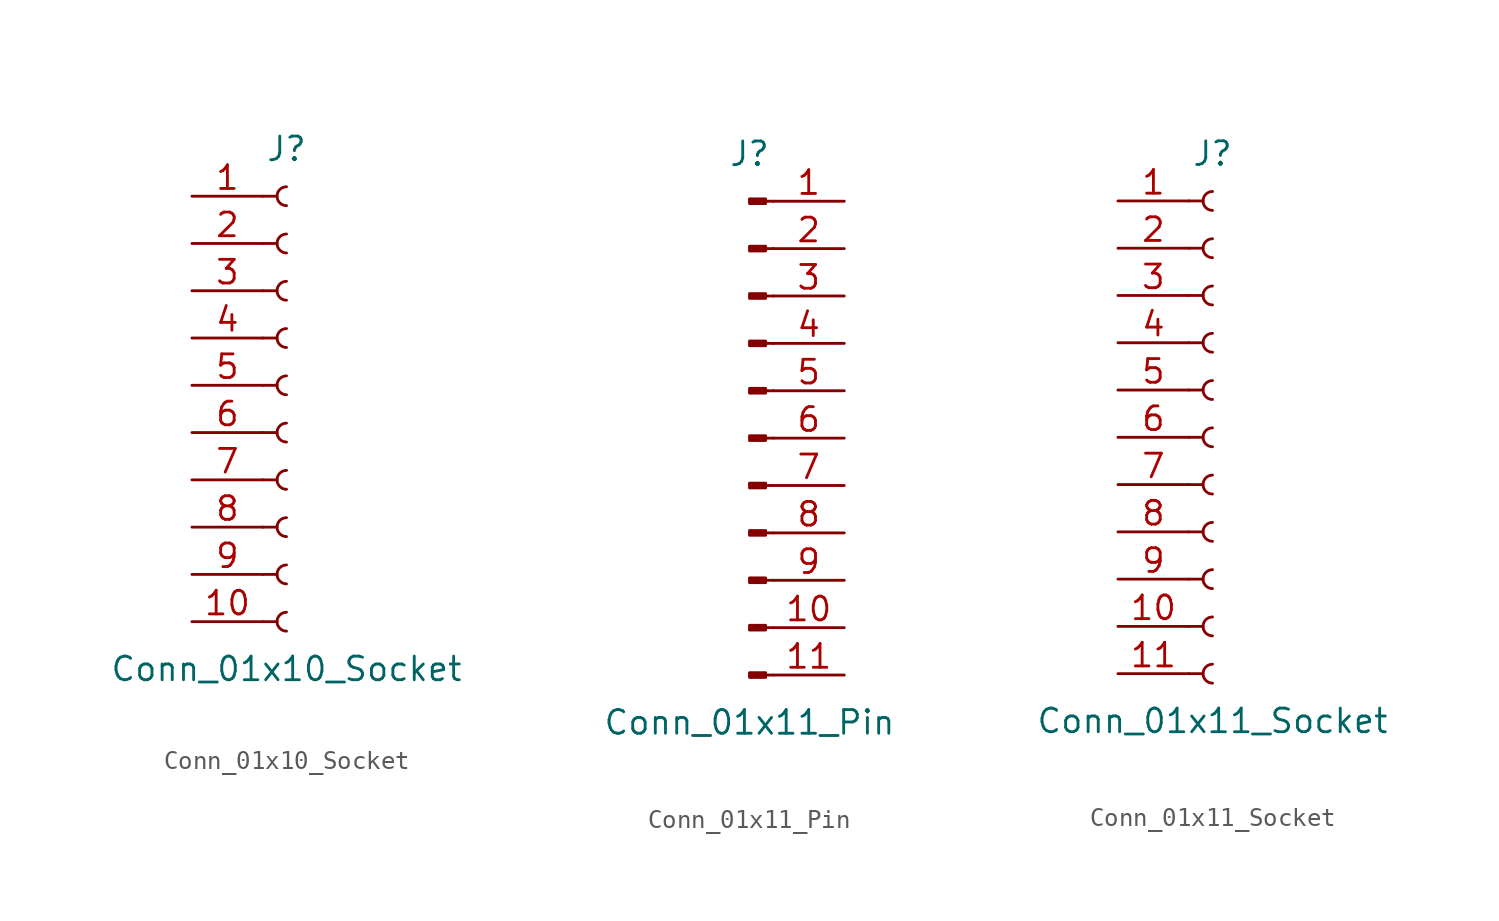
<source format=kicad_sym>
(kicad_symbol_lib
  (version 20241209)
  (generator "kicad_symbol_editor")
  (generator_version "9.0")
  (symbol "Conn_01x10_Socket"
    (pin_names
      (offset 1.016)
      (hide yes))
    (property "Reference" "J"
      (at 0 12.7 0)
      (effects (font (size 1.27 1.27))))
    (property "Value" "Conn_01x10_Socket"
      (at 0 -15.24 0)
      (effects (font (size 1.27 1.27))))
    (property "ki_locked" ""
      (at 0 0 0)
      (effects (font (size 1.27 1.27))))
    (symbol "Conn_01x10_Socket_1_1"
      (polyline (pts (xy -1.27 10.16) (xy -0.508 10.16)) (stroke (width 0.152) (type default)) (fill (type none)))
      (polyline (pts (xy -1.27 7.62) (xy -0.508 7.62)) (stroke (width 0.152) (type default)) (fill (type none)))
      (polyline (pts (xy -1.27 5.08) (xy -0.508 5.08)) (stroke (width 0.152) (type default)) (fill (type none)))
      (polyline (pts (xy -1.27 2.54) (xy -0.508 2.54)) (stroke (width 0.152) (type default)) (fill (type none)))
      (polyline (pts (xy -1.27 0) (xy -0.508 0)) (stroke (width 0.152) (type default)) (fill (type none)))
      (polyline (pts (xy -1.27 -2.54) (xy -0.508 -2.54)) (stroke (width 0.152) (type default)) (fill (type none)))
      (polyline (pts (xy -1.27 -5.08) (xy -0.508 -5.08)) (stroke (width 0.152) (type default)) (fill (type none)))
      (polyline (pts (xy -1.27 -7.62) (xy -0.508 -7.62)) (stroke (width 0.152) (type default)) (fill (type none)))
      (polyline (pts (xy -1.27 -10.16) (xy -0.508 -10.16)) (stroke (width 0.152) (type default)) (fill (type none)))
      (polyline (pts (xy -1.27 -12.7) (xy -0.508 -12.7)) (stroke (width 0.152) (type default)) (fill (type none)))
      (arc (start 0 9.652) (mid -0.5058 10.16) (end 0 10.668) (stroke (width 0.1524) (type default)) (fill (type none)))
      (arc (start 0 7.112) (mid -0.5058 7.62) (end 0 8.128) (stroke (width 0.1524) (type default)) (fill (type none)))
      (arc (start 0 4.572) (mid -0.5058 5.08) (end 0 5.588) (stroke (width 0.1524) (type default)) (fill (type none)))
      (arc (start 0 2.032) (mid -0.5058 2.54) (end 0 3.048) (stroke (width 0.1524) (type default)) (fill (type none)))
      (arc (start 0 -0.508) (mid -0.5058 0) (end 0 0.508) (stroke (width 0.1524) (type default)) (fill (type none)))
      (arc (start 0 -3.048) (mid -0.5058 -2.54) (end 0 -2.032) (stroke (width 0.1524) (type default)) (fill (type none)))
      (arc (start 0 -5.588) (mid -0.5058 -5.08) (end 0 -4.572) (stroke (width 0.1524) (type default)) (fill (type none)))
      (arc (start 0 -8.128) (mid -0.5058 -7.62) (end 0 -7.112) (stroke (width 0.1524) (type default)) (fill (type none)))
      (arc (start 0 -10.668) (mid -0.5058 -10.16) (end 0 -9.652) (stroke (width 0.1524) (type default)) (fill (type none)))
      (arc (start 0 -13.208) (mid -0.5058 -12.7) (end 0 -12.192) (stroke (width 0.1524) (type default)) (fill (type none)))
      (pin passive line (at -5.08 10.16 0) (length 3.81) (name "Pin_1" (effects (font (size 1.27 1.27)))) (number "1" (effects (font (size 1.27 1.27)))))
      (pin passive line (at -5.08 7.62 0) (length 3.81) (name "Pin_2" (effects (font (size 1.27 1.27)))) (number "2" (effects (font (size 1.27 1.27)))))
      (pin passive line (at -5.08 5.08 0) (length 3.81) (name "Pin_3" (effects (font (size 1.27 1.27)))) (number "3" (effects (font (size 1.27 1.27)))))
      (pin passive line (at -5.08 2.54 0) (length 3.81) (name "Pin_4" (effects (font (size 1.27 1.27)))) (number "4" (effects (font (size 1.27 1.27)))))
      (pin passive line (at -5.08 0 0) (length 3.81) (name "Pin_5" (effects (font (size 1.27 1.27)))) (number "5" (effects (font (size 1.27 1.27)))))
      (pin passive line (at -5.08 -2.54 0) (length 3.81) (name "Pin_6" (effects (font (size 1.27 1.27)))) (number "6" (effects (font (size 1.27 1.27)))))
      (pin passive line (at -5.08 -5.08 0) (length 3.81) (name "Pin_7" (effects (font (size 1.27 1.27)))) (number "7" (effects (font (size 1.27 1.27)))))
      (pin passive line (at -5.08 -7.62 0) (length 3.81) (name "Pin_8" (effects (font (size 1.27 1.27)))) (number "8" (effects (font (size 1.27 1.27)))))
      (pin passive line (at -5.08 -10.16 0) (length 3.81) (name "Pin_9" (effects (font (size 1.27 1.27)))) (number "9" (effects (font (size 1.27 1.27)))))
      (pin passive line (at -5.08 -12.7 0) (length 3.81) (name "Pin_10" (effects (font (size 1.27 1.27)))) (number "10" (effects (font (size 1.27 1.27)))))))
  (symbol "Conn_01x11_Pin"
    (pin_names
      (offset 1.016)
      (hide yes))
    (property "Reference" "J"
      (at 0 15.24 0)
      (effects (font (size 1.27 1.27))))
    (property "Value" "Conn_01x11_Pin"
      (at 0 -15.24 0)
      (effects (font (size 1.27 1.27))))
    (property "ki_locked" ""
      (at 0 0 0)
      (effects (font (size 1.27 1.27))))
    (symbol "Conn_01x11_Pin_1_1"
      (rectangle (start 0.864 12.827) (end 0 12.573) (stroke (width 0.152) (type default)) (fill (type outline)))
      (rectangle (start 0.864 10.287) (end 0 10.033) (stroke (width 0.152) (type default)) (fill (type outline)))
      (rectangle (start 0.864 7.747) (end 0 7.493) (stroke (width 0.152) (type default)) (fill (type outline)))
      (rectangle (start 0.864 5.207) (end 0 4.953) (stroke (width 0.152) (type default)) (fill (type outline)))
      (rectangle (start 0.864 2.667) (end 0 2.413) (stroke (width 0.152) (type default)) (fill (type outline)))
      (rectangle (start 0.864 0.127) (end 0 -0.127) (stroke (width 0.152) (type default)) (fill (type outline)))
      (rectangle (start 0.864 -2.413) (end 0 -2.667) (stroke (width 0.152) (type default)) (fill (type outline)))
      (rectangle (start 0.864 -4.953) (end 0 -5.207) (stroke (width 0.152) (type default)) (fill (type outline)))
      (rectangle (start 0.864 -7.493) (end 0 -7.747) (stroke (width 0.152) (type default)) (fill (type outline)))
      (rectangle (start 0.864 -10.033) (end 0 -10.287) (stroke (width 0.152) (type default)) (fill (type outline)))
      (rectangle (start 0.864 -12.573) (end 0 -12.827) (stroke (width 0.152) (type default)) (fill (type outline)))
      (polyline (pts (xy 1.27 12.7) (xy 0.864 12.7)) (stroke (width 0.152) (type default)) (fill (type none)))
      (polyline (pts (xy 1.27 10.16) (xy 0.864 10.16)) (stroke (width 0.152) (type default)) (fill (type none)))
      (polyline (pts (xy 1.27 7.62) (xy 0.864 7.62)) (stroke (width 0.152) (type default)) (fill (type none)))
      (polyline (pts (xy 1.27 5.08) (xy 0.864 5.08)) (stroke (width 0.152) (type default)) (fill (type none)))
      (polyline (pts (xy 1.27 2.54) (xy 0.864 2.54)) (stroke (width 0.152) (type default)) (fill (type none)))
      (polyline (pts (xy 1.27 0) (xy 0.864 0)) (stroke (width 0.152) (type default)) (fill (type none)))
      (polyline (pts (xy 1.27 -2.54) (xy 0.864 -2.54)) (stroke (width 0.152) (type default)) (fill (type none)))
      (polyline (pts (xy 1.27 -5.08) (xy 0.864 -5.08)) (stroke (width 0.152) (type default)) (fill (type none)))
      (polyline (pts (xy 1.27 -7.62) (xy 0.864 -7.62)) (stroke (width 0.152) (type default)) (fill (type none)))
      (polyline (pts (xy 1.27 -10.16) (xy 0.864 -10.16)) (stroke (width 0.152) (type default)) (fill (type none)))
      (polyline (pts (xy 1.27 -12.7) (xy 0.864 -12.7)) (stroke (width 0.152) (type default)) (fill (type none)))
      (pin passive line (at 5.08 12.7 180) (length 3.81) (name "Pin_1" (effects (font (size 1.27 1.27)))) (number "1" (effects (font (size 1.27 1.27)))))
      (pin passive line (at 5.08 10.16 180) (length 3.81) (name "Pin_2" (effects (font (size 1.27 1.27)))) (number "2" (effects (font (size 1.27 1.27)))))
      (pin passive line (at 5.08 7.62 180) (length 3.81) (name "Pin_3" (effects (font (size 1.27 1.27)))) (number "3" (effects (font (size 1.27 1.27)))))
      (pin passive line (at 5.08 5.08 180) (length 3.81) (name "Pin_4" (effects (font (size 1.27 1.27)))) (number "4" (effects (font (size 1.27 1.27)))))
      (pin passive line (at 5.08 2.54 180) (length 3.81) (name "Pin_5" (effects (font (size 1.27 1.27)))) (number "5" (effects (font (size 1.27 1.27)))))
      (pin passive line (at 5.08 0 180) (length 3.81) (name "Pin_6" (effects (font (size 1.27 1.27)))) (number "6" (effects (font (size 1.27 1.27)))))
      (pin passive line (at 5.08 -2.54 180) (length 3.81) (name "Pin_7" (effects (font (size 1.27 1.27)))) (number "7" (effects (font (size 1.27 1.27)))))
      (pin passive line (at 5.08 -5.08 180) (length 3.81) (name "Pin_8" (effects (font (size 1.27 1.27)))) (number "8" (effects (font (size 1.27 1.27)))))
      (pin passive line (at 5.08 -7.62 180) (length 3.81) (name "Pin_9" (effects (font (size 1.27 1.27)))) (number "9" (effects (font (size 1.27 1.27)))))
      (pin passive line (at 5.08 -10.16 180) (length 3.81) (name "Pin_10" (effects (font (size 1.27 1.27)))) (number "10" (effects (font (size 1.27 1.27)))))
      (pin passive line (at 5.08 -12.7 180) (length 3.81) (name "Pin_11" (effects (font (size 1.27 1.27)))) (number "11" (effects (font (size 1.27 1.27)))))))
  (symbol "Conn_01x11_Socket"
    (pin_names
      (offset 1.016)
      (hide yes))
    (property "Reference" "J"
      (at 0 15.24 0)
      (effects (font (size 1.27 1.27))))
    (property "Value" "Conn_01x11_Socket"
      (at 0 -15.24 0)
      (effects (font (size 1.27 1.27))))
    (property "ki_locked" ""
      (at 0 0 0)
      (effects (font (size 1.27 1.27))))
    (symbol "Conn_01x11_Socket_1_1"
      (polyline (pts (xy -1.27 12.7) (xy -0.508 12.7)) (stroke (width 0.152) (type default)) (fill (type none)))
      (polyline (pts (xy -1.27 10.16) (xy -0.508 10.16)) (stroke (width 0.152) (type default)) (fill (type none)))
      (polyline (pts (xy -1.27 7.62) (xy -0.508 7.62)) (stroke (width 0.152) (type default)) (fill (type none)))
      (polyline (pts (xy -1.27 5.08) (xy -0.508 5.08)) (stroke (width 0.152) (type default)) (fill (type none)))
      (polyline (pts (xy -1.27 2.54) (xy -0.508 2.54)) (stroke (width 0.152) (type default)) (fill (type none)))
      (polyline (pts (xy -1.27 0) (xy -0.508 0)) (stroke (width 0.152) (type default)) (fill (type none)))
      (polyline (pts (xy -1.27 -2.54) (xy -0.508 -2.54)) (stroke (width 0.152) (type default)) (fill (type none)))
      (polyline (pts (xy -1.27 -5.08) (xy -0.508 -5.08)) (stroke (width 0.152) (type default)) (fill (type none)))
      (polyline (pts (xy -1.27 -7.62) (xy -0.508 -7.62)) (stroke (width 0.152) (type default)) (fill (type none)))
      (polyline (pts (xy -1.27 -10.16) (xy -0.508 -10.16)) (stroke (width 0.152) (type default)) (fill (type none)))
      (polyline (pts (xy -1.27 -12.7) (xy -0.508 -12.7)) (stroke (width 0.152) (type default)) (fill (type none)))
      (arc (start 0 12.192) (mid -0.5058 12.7) (end 0 13.208) (stroke (width 0.1524) (type default)) (fill (type none)))
      (arc (start 0 9.652) (mid -0.5058 10.16) (end 0 10.668) (stroke (width 0.1524) (type default)) (fill (type none)))
      (arc (start 0 7.112) (mid -0.5058 7.62) (end 0 8.128) (stroke (width 0.1524) (type default)) (fill (type none)))
      (arc (start 0 4.572) (mid -0.5058 5.08) (end 0 5.588) (stroke (width 0.1524) (type default)) (fill (type none)))
      (arc (start 0 2.032) (mid -0.5058 2.54) (end 0 3.048) (stroke (width 0.1524) (type default)) (fill (type none)))
      (arc (start 0 -0.508) (mid -0.5058 0) (end 0 0.508) (stroke (width 0.1524) (type default)) (fill (type none)))
      (arc (start 0 -3.048) (mid -0.5058 -2.54) (end 0 -2.032) (stroke (width 0.1524) (type default)) (fill (type none)))
      (arc (start 0 -5.588) (mid -0.5058 -5.08) (end 0 -4.572) (stroke (width 0.1524) (type default)) (fill (type none)))
      (arc (start 0 -8.128) (mid -0.5058 -7.62) (end 0 -7.112) (stroke (width 0.1524) (type default)) (fill (type none)))
      (arc (start 0 -10.668) (mid -0.5058 -10.16) (end 0 -9.652) (stroke (width 0.1524) (type default)) (fill (type none)))
      (arc (start 0 -13.208) (mid -0.5058 -12.7) (end 0 -12.192) (stroke (width 0.1524) (type default)) (fill (type none)))
      (pin passive line (at -5.08 12.7 0) (length 3.81) (name "Pin_1" (effects (font (size 1.27 1.27)))) (number "1" (effects (font (size 1.27 1.27)))))
      (pin passive line (at -5.08 10.16 0) (length 3.81) (name "Pin_2" (effects (font (size 1.27 1.27)))) (number "2" (effects (font (size 1.27 1.27)))))
      (pin passive line (at -5.08 7.62 0) (length 3.81) (name "Pin_3" (effects (font (size 1.27 1.27)))) (number "3" (effects (font (size 1.27 1.27)))))
      (pin passive line (at -5.08 5.08 0) (length 3.81) (name "Pin_4" (effects (font (size 1.27 1.27)))) (number "4" (effects (font (size 1.27 1.27)))))
      (pin passive line (at -5.08 2.54 0) (length 3.81) (name "Pin_5" (effects (font (size 1.27 1.27)))) (number "5" (effects (font (size 1.27 1.27)))))
      (pin passive line (at -5.08 0 0) (length 3.81) (name "Pin_6" (effects (font (size 1.27 1.27)))) (number "6" (effects (font (size 1.27 1.27)))))
      (pin passive line (at -5.08 -2.54 0) (length 3.81) (name "Pin_7" (effects (font (size 1.27 1.27)))) (number "7" (effects (font (size 1.27 1.27)))))
      (pin passive line (at -5.08 -5.08 0) (length 3.81) (name "Pin_8" (effects (font (size 1.27 1.27)))) (number "8" (effects (font (size 1.27 1.27)))))
      (pin passive line (at -5.08 -7.62 0) (length 3.81) (name "Pin_9" (effects (font (size 1.27 1.27)))) (number "9" (effects (font (size 1.27 1.27)))))
      (pin passive line (at -5.08 -10.16 0) (length 3.81) (name "Pin_10" (effects (font (size 1.27 1.27)))) (number "10" (effects (font (size 1.27 1.27)))))
      (pin passive line (at -5.08 -12.7 0) (length 3.81) (name "Pin_11" (effects (font (size 1.27 1.27)))) (number "11" (effects (font (size 1.27 1.27))))))))
</source>
